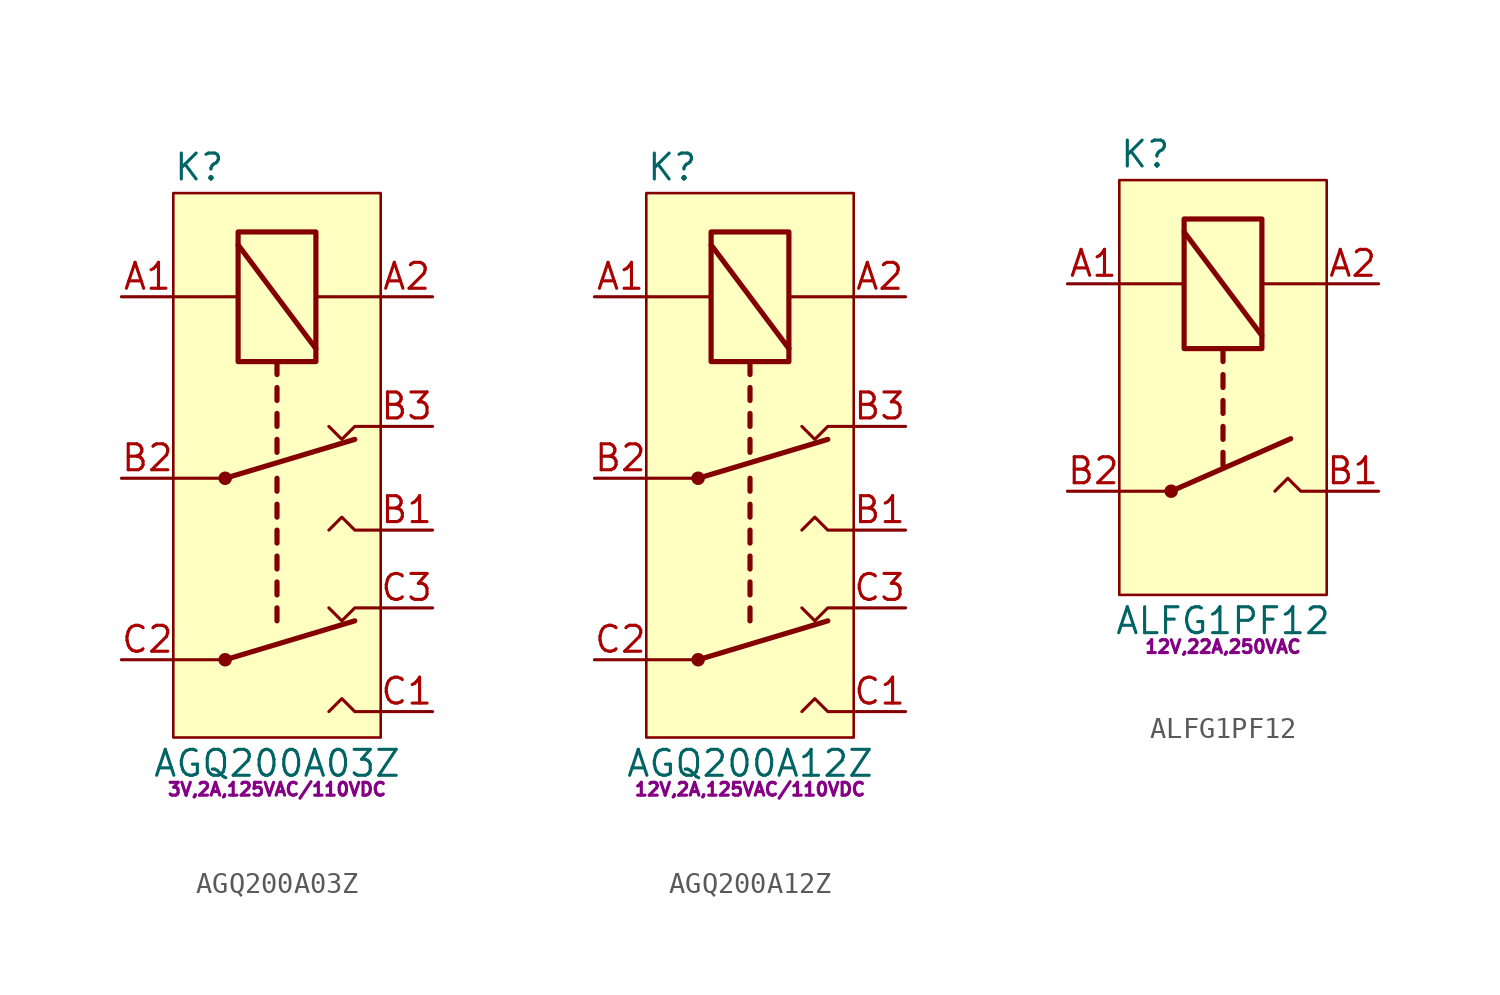
<source format=kicad_sym>
(kicad_symbol_lib
  (version 20241209)
  (generator "kicad_symbol_editor")
  (generator_version "9.0")
  (symbol "AGQ200A03Z"
    (property "Reference" "K"
      (at -3.81 27.94 0)
      (effects (font (size 1.27 1.27))))
    (property "Value" "AGQ200A03Z"
      (at 0 -1.27 0)
      (effects (font (size 1.27 1.27))))
    (property "Params" "3V,2A,125VAC/110VDC"
      (at 0 -2.54 0)
      (effects (font (size 0.63 0.63))))
    (symbol "AGQ200A03Z_0_1"
      (polyline (pts (xy -5.08 21.59) (xy -1.905 21.59)) (stroke (width 0) (type default)) (fill (type none)))
      (circle (center -2.54 12.7) (radius 0.254) (stroke (width 0) (type default)) (fill (type outline)))
      (polyline (pts (xy -2.54 12.7) (xy -5.08 12.7)) (stroke (width 0) (type default)) (fill (type none)))
      (circle (center -2.54 3.81) (radius 0.254) (stroke (width 0) (type default)) (fill (type outline)))
      (polyline (pts (xy -2.54 3.81) (xy -5.08 3.81)) (stroke (width 0) (type default)) (fill (type none)))
      (rectangle (start -1.905 24.765) (end 1.905 18.415) (stroke (width 0.254) (type default)) (fill (type none)))
      (polyline (pts (xy -1.905 24.13) (xy 1.905 19.05)) (stroke (width 0.254) (type default)) (fill (type none)))
      (polyline (pts (xy 0 18.415) (xy 0 17.78)) (stroke (width 0.254) (type default)) (fill (type none)))
      (polyline (pts (xy 0 17.145) (xy 0 16.51)) (stroke (width 0.254) (type default)) (fill (type none)))
      (polyline (pts (xy 0 15.875) (xy 0 15.24)) (stroke (width 0.254) (type default)) (fill (type none)))
      (polyline (pts (xy 0 14.605) (xy 0 13.97)) (stroke (width 0.254) (type default)) (fill (type none)))
      (polyline (pts (xy 0 12.7) (xy 0 12.065)) (stroke (width 0.254) (type default)) (fill (type none)))
      (polyline (pts (xy 0 11.43) (xy 0 10.795)) (stroke (width 0.254) (type default)) (fill (type none)))
      (polyline (pts (xy 0 10.16) (xy 0 9.525)) (stroke (width 0.254) (type default)) (fill (type none)))
      (polyline (pts (xy 0 8.89) (xy 0 8.255)) (stroke (width 0.254) (type default)) (fill (type none)))
      (polyline (pts (xy 0 7.62) (xy 0 6.985)) (stroke (width 0.254) (type default)) (fill (type none)))
      (polyline (pts (xy 0 6.35) (xy 0 5.715)) (stroke (width 0.254) (type default)) (fill (type none)))
      (polyline (pts (xy 5.08 21.59) (xy 1.905 21.59)) (stroke (width 0) (type default)) (fill (type none)))
      (polyline (pts (xy 5.08 15.24) (xy 3.81 15.24) (xy 3.175 14.605) (xy 2.54 15.24)) (stroke (width 0) (type default)) (fill (type none)))
      (polyline (pts (xy 5.08 10.16) (xy 3.81 10.16) (xy 3.175 10.795) (xy 2.54 10.16)) (stroke (width 0) (type default)) (fill (type none)))
      (polyline (pts (xy 5.08 6.35) (xy 3.81 6.35) (xy 3.175 5.715) (xy 2.54 6.35)) (stroke (width 0) (type default)) (fill (type none)))
      (polyline (pts (xy 5.08 1.27) (xy 3.81 1.27) (xy 3.175 1.905) (xy 2.54 1.27)) (stroke (width 0) (type default)) (fill (type none))))
    (symbol "AGQ200A03Z_1_1"
      (rectangle (start -5.08 26.67) (end 5.08 0) (stroke (width 0.127) (type default)) (fill (type background)))
      (polyline (pts (xy -2.54 12.7) (xy 3.81 14.605)) (stroke (width 0.254) (type default)) (fill (type none)))
      (polyline (pts (xy -2.54 3.81) (xy 3.81 5.715)) (stroke (width 0.254) (type default)) (fill (type none)))
      (pin passive line (at -7.62 21.59 0) (length 2.54) (name "~" (effects (font (size 1.27 1.27)))) (number "A1" (effects (font (size 1.27 1.27)))))
      (pin passive line (at -7.62 12.7 0) (length 2.54) (name "~" (effects (font (size 1.27 1.27)))) (number "B2" (effects (font (size 1.27 1.27)))))
      (pin passive line (at -7.62 3.81 0) (length 2.54) (name "~" (effects (font (size 1.27 1.27)))) (number "C2" (effects (font (size 1.27 1.27)))))
      (pin passive line (at 7.62 21.59 180) (length 2.54) (name "~" (effects (font (size 1.27 1.27)))) (number "A2" (effects (font (size 1.27 1.27)))))
      (pin passive line (at 7.62 15.24 180) (length 2.54) (name "~" (effects (font (size 1.27 1.27)))) (number "B3" (effects (font (size 1.27 1.27)))))
      (pin passive line (at 7.62 10.16 180) (length 2.54) (name "~" (effects (font (size 1.27 1.27)))) (number "B1" (effects (font (size 1.27 1.27)))))
      (pin passive line (at 7.62 6.35 180) (length 2.54) (name "~" (effects (font (size 1.27 1.27)))) (number "C3" (effects (font (size 1.27 1.27)))))
      (pin passive line (at 7.62 1.27 180) (length 2.54) (name "~" (effects (font (size 1.27 1.27)))) (number "C1" (effects (font (size 1.27 1.27)))))))
  (symbol "AGQ200A12Z"
    (property "Reference" "K"
      (at -3.81 27.94 0)
      (effects (font (size 1.27 1.27))))
    (property "Value" "AGQ200A12Z"
      (at 0 -1.27 0)
      (effects (font (size 1.27 1.27))))
    (property "Params" "12V,2A,125VAC/110VDC"
      (at 0 -2.54 0)
      (effects (font (size 0.63 0.63))))
    (symbol "AGQ200A12Z_0_1"
      (polyline (pts (xy -5.08 21.59) (xy -1.905 21.59)) (stroke (width 0) (type default)) (fill (type none)))
      (circle (center -2.54 12.7) (radius 0.254) (stroke (width 0) (type default)) (fill (type outline)))
      (polyline (pts (xy -2.54 12.7) (xy -5.08 12.7)) (stroke (width 0) (type default)) (fill (type none)))
      (circle (center -2.54 3.81) (radius 0.254) (stroke (width 0) (type default)) (fill (type outline)))
      (polyline (pts (xy -2.54 3.81) (xy -5.08 3.81)) (stroke (width 0) (type default)) (fill (type none)))
      (rectangle (start -1.905 24.765) (end 1.905 18.415) (stroke (width 0.254) (type default)) (fill (type none)))
      (polyline (pts (xy -1.905 24.13) (xy 1.905 19.05)) (stroke (width 0.254) (type default)) (fill (type none)))
      (polyline (pts (xy 0 18.415) (xy 0 17.78)) (stroke (width 0.254) (type default)) (fill (type none)))
      (polyline (pts (xy 0 17.145) (xy 0 16.51)) (stroke (width 0.254) (type default)) (fill (type none)))
      (polyline (pts (xy 0 15.875) (xy 0 15.24)) (stroke (width 0.254) (type default)) (fill (type none)))
      (polyline (pts (xy 0 14.605) (xy 0 13.97)) (stroke (width 0.254) (type default)) (fill (type none)))
      (polyline (pts (xy 0 12.7) (xy 0 12.065)) (stroke (width 0.254) (type default)) (fill (type none)))
      (polyline (pts (xy 0 11.43) (xy 0 10.795)) (stroke (width 0.254) (type default)) (fill (type none)))
      (polyline (pts (xy 0 10.16) (xy 0 9.525)) (stroke (width 0.254) (type default)) (fill (type none)))
      (polyline (pts (xy 0 8.89) (xy 0 8.255)) (stroke (width 0.254) (type default)) (fill (type none)))
      (polyline (pts (xy 0 7.62) (xy 0 6.985)) (stroke (width 0.254) (type default)) (fill (type none)))
      (polyline (pts (xy 0 6.35) (xy 0 5.715)) (stroke (width 0.254) (type default)) (fill (type none)))
      (polyline (pts (xy 5.08 21.59) (xy 1.905 21.59)) (stroke (width 0) (type default)) (fill (type none)))
      (polyline (pts (xy 5.08 15.24) (xy 3.81 15.24) (xy 3.175 14.605) (xy 2.54 15.24)) (stroke (width 0) (type default)) (fill (type none)))
      (polyline (pts (xy 5.08 10.16) (xy 3.81 10.16) (xy 3.175 10.795) (xy 2.54 10.16)) (stroke (width 0) (type default)) (fill (type none)))
      (polyline (pts (xy 5.08 6.35) (xy 3.81 6.35) (xy 3.175 5.715) (xy 2.54 6.35)) (stroke (width 0) (type default)) (fill (type none)))
      (polyline (pts (xy 5.08 1.27) (xy 3.81 1.27) (xy 3.175 1.905) (xy 2.54 1.27)) (stroke (width 0) (type default)) (fill (type none))))
    (symbol "AGQ200A12Z_1_1"
      (rectangle (start -5.08 26.67) (end 5.08 0) (stroke (width 0.127) (type default)) (fill (type background)))
      (polyline (pts (xy -2.54 12.7) (xy 3.81 14.605)) (stroke (width 0.254) (type default)) (fill (type none)))
      (polyline (pts (xy -2.54 3.81) (xy 3.81 5.715)) (stroke (width 0.254) (type default)) (fill (type none)))
      (pin passive line (at -7.62 21.59 0) (length 2.54) (name "~" (effects (font (size 1.27 1.27)))) (number "A1" (effects (font (size 1.27 1.27)))))
      (pin passive line (at -7.62 12.7 0) (length 2.54) (name "~" (effects (font (size 1.27 1.27)))) (number "B2" (effects (font (size 1.27 1.27)))))
      (pin passive line (at -7.62 3.81 0) (length 2.54) (name "~" (effects (font (size 1.27 1.27)))) (number "C2" (effects (font (size 1.27 1.27)))))
      (pin passive line (at 7.62 21.59 180) (length 2.54) (name "~" (effects (font (size 1.27 1.27)))) (number "A2" (effects (font (size 1.27 1.27)))))
      (pin passive line (at 7.62 15.24 180) (length 2.54) (name "~" (effects (font (size 1.27 1.27)))) (number "B3" (effects (font (size 1.27 1.27)))))
      (pin passive line (at 7.62 10.16 180) (length 2.54) (name "~" (effects (font (size 1.27 1.27)))) (number "B1" (effects (font (size 1.27 1.27)))))
      (pin passive line (at 7.62 6.35 180) (length 2.54) (name "~" (effects (font (size 1.27 1.27)))) (number "C3" (effects (font (size 1.27 1.27)))))
      (pin passive line (at 7.62 1.27 180) (length 2.54) (name "~" (effects (font (size 1.27 1.27)))) (number "C1" (effects (font (size 1.27 1.27)))))))
  (symbol "ALFG1PF12"
    (property "Reference" "K"
      (at -3.81 21.59 0)
      (effects (font (size 1.27 1.27))))
    (property "Value" "ALFG1PF12"
      (at 0 -1.27 0)
      (effects (font (size 1.27 1.27))))
    (property "Params" "12V,22A,250VAC"
      (at 0 -2.54 0)
      (effects (font (size 0.63 0.63))))
    (symbol "ALFG1PF12_0_1"
      (polyline (pts (xy -5.08 15.24) (xy -1.905 15.24)) (stroke (width 0) (type default)) (fill (type none)))
      (circle (center -2.54 5.08) (radius 0.254) (stroke (width 0) (type default)) (fill (type outline)))
      (polyline (pts (xy -2.54 5.08) (xy -5.08 5.08)) (stroke (width 0) (type default)) (fill (type none)))
      (rectangle (start -1.905 18.415) (end 1.905 12.065) (stroke (width 0.254) (type default)) (fill (type none)))
      (polyline (pts (xy -1.905 17.78) (xy 1.905 12.7)) (stroke (width 0.254) (type default)) (fill (type none)))
      (polyline (pts (xy 0 12.065) (xy 0 11.43)) (stroke (width 0.254) (type default)) (fill (type none)))
      (polyline (pts (xy 0 10.795) (xy 0 10.16)) (stroke (width 0.254) (type default)) (fill (type none)))
      (polyline (pts (xy 0 9.525) (xy 0 8.89)) (stroke (width 0.254) (type default)) (fill (type none)))
      (polyline (pts (xy 0 8.255) (xy 0 7.62)) (stroke (width 0.254) (type default)) (fill (type none)))
      (polyline (pts (xy 0 6.985) (xy 0 6.35)) (stroke (width 0.254) (type default)) (fill (type none)))
      (polyline (pts (xy 5.08 15.24) (xy 1.905 15.24)) (stroke (width 0) (type default)) (fill (type none)))
      (polyline (pts (xy 5.08 5.08) (xy 3.81 5.08) (xy 3.175 5.715) (xy 2.54 5.08)) (stroke (width 0) (type default)) (fill (type none))))
    (symbol "ALFG1PF12_1_1"
      (rectangle (start -5.08 20.32) (end 5.08 0) (stroke (width 0.127) (type default)) (fill (type background)))
      (polyline (pts (xy -2.54 5.08) (xy 3.317 7.652)) (stroke (width 0.254) (type default)) (fill (type none)))
      (pin passive line (at -7.62 15.24 0) (length 2.54) (name "~" (effects (font (size 1.27 1.27)))) (number "A1" (effects (font (size 1.27 1.27)))))
      (pin passive line (at -7.62 5.08 0) (length 2.54) (name "~" (effects (font (size 1.27 1.27)))) (number "B2" (effects (font (size 1.27 1.27)))))
      (pin passive line (at 7.62 15.24 180) (length 2.54) (name "~" (effects (font (size 1.27 1.27)))) (number "A2" (effects (font (size 1.27 1.27)))))
      (pin passive line (at 7.62 5.08 180) (length 2.54) (name "~" (effects (font (size 1.27 1.27)))) (number "B1" (effects (font (size 1.27 1.27))))))))
</source>
